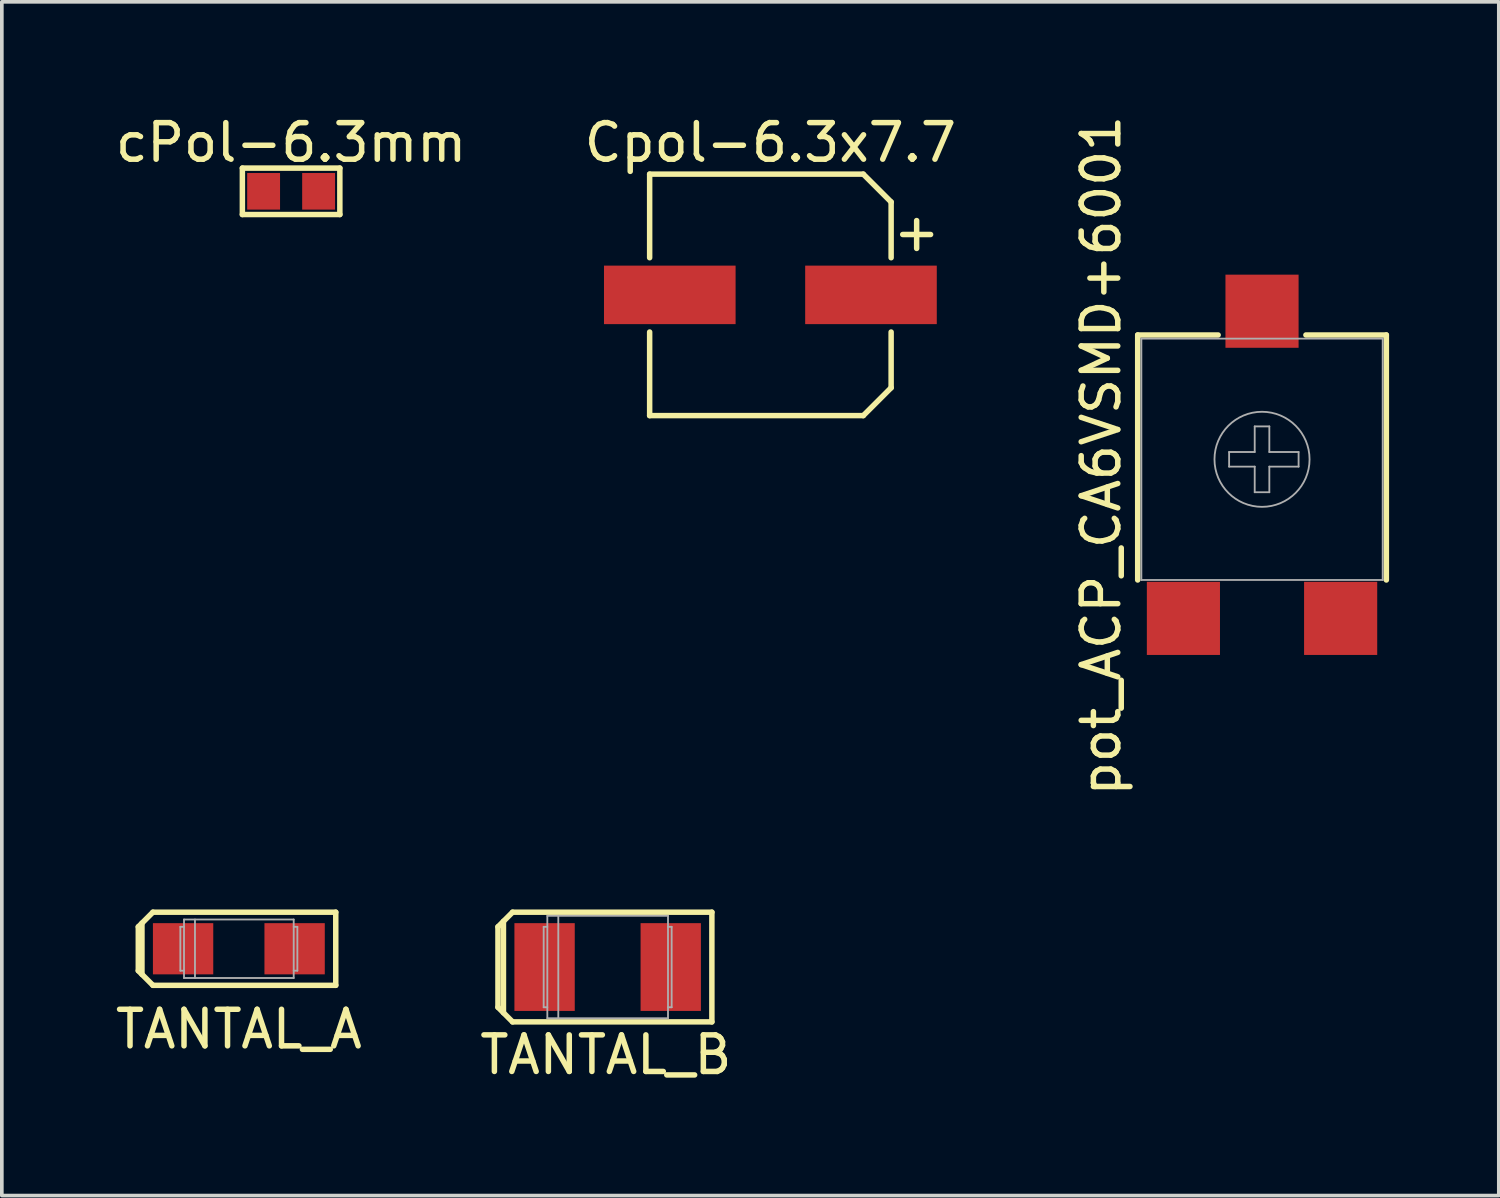
<source format=kicad_pcb>
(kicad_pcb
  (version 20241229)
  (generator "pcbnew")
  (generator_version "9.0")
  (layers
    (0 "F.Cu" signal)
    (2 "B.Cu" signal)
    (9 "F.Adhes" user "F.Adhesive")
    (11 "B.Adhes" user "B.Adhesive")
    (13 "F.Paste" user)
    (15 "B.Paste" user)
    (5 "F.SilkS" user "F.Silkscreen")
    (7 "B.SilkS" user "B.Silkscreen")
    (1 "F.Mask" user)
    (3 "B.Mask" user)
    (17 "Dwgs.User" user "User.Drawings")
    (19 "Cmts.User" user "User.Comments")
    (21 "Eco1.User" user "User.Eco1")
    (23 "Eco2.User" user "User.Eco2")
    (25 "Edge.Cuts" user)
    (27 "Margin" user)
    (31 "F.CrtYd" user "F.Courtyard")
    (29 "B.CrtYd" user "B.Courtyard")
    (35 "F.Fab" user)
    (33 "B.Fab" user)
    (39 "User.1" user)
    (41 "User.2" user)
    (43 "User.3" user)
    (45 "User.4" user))
  (footprint "TANTAL_A"
    (layer "F.Cu")
    (at 3.482 22.896)
    (property "Reference" "TANTAL_A" (at 0 2.2 0) (layer "F.SilkS") (effects (font (size 1 1) (thickness 0.15))))
    (attr through_hole)
    (fp_line (start -2.75 -0.6) (end -2.75 0.6) (stroke (width 0.15) (type solid)) (layer "F.SilkS"))
    (fp_line (start -2.75 0.6) (end -2.35 1) (stroke (width 0.15) (type solid)) (layer "F.SilkS"))
    (fp_line (start -2.65 0.7) (end -2.65 -0.7) (stroke (width 0.15) (type solid)) (layer "F.SilkS"))
    (fp_line (start -2.35 -1) (end -2.75 -0.6) (stroke (width 0.15) (type solid)) (layer "F.SilkS"))
    (fp_line (start -2.35 1) (end 2.65 1) (stroke (width 0.15) (type solid)) (layer "F.SilkS"))
    (fp_line (start 2.65 -1) (end -2.35 -1) (stroke (width 0.15) (type solid)) (layer "F.SilkS"))
    (fp_line (start 2.65 -1) (end 2.65 1) (stroke (width 0.15) (type solid)) (layer "F.SilkS"))
    (fp_line (start -1.6 -0.6) (end -1.6 0.6) (stroke (width 0.05) (type solid)) (layer "F.Fab"))
    (fp_line (start -1.6 0.6) (end -1.5 0.6) (stroke (width 0.05) (type solid)) (layer "F.Fab"))
    (fp_line (start -1.5 -0.8) (end 1.5 -0.8) (stroke (width 0.05) (type solid)) (layer "F.Fab"))
    (fp_line (start -1.5 -0.6) (end -1.6 -0.6) (stroke (width 0.05) (type solid)) (layer "F.Fab"))
    (fp_line (start -1.5 0.8) (end -1.5 -0.8) (stroke (width 0.05) (type solid)) (layer "F.Fab"))
    (fp_line (start -1.2 0.8) (end -1.2 -0.8) (stroke (width 0.05) (type solid)) (layer "F.Fab"))
    (fp_line (start 1.5 -0.8) (end 1.5 0.8) (stroke (width 0.05) (type solid)) (layer "F.Fab"))
    (fp_line (start 1.5 -0.6) (end 1.6 -0.6) (stroke (width 0.05) (type solid)) (layer "F.Fab"))
    (fp_line (start 1.5 0.8) (end -1.5 0.8) (stroke (width 0.05) (type solid)) (layer "F.Fab"))
    (fp_line (start 1.6 -0.6) (end 1.6 0.6) (stroke (width 0.05) (type solid)) (layer "F.Fab"))
    (fp_line (start 1.6 0.6) (end 1.5 0.6) (stroke (width 0.05) (type solid)) (layer "F.Fab"))
    (pad "1" smd rect (at -1.525 0) (size 1.65 1.4) (layers "F.Cu" "F.Mask" "F.Paste"))
    (pad "2" smd rect (at 1.525 0) (size 1.65 1.4) (layers "F.Cu" "F.Mask" "F.Paste")))
  (footprint "TANTAL_B"
    (layer "F.Cu")
    (at 13.568 23.396)
    (property "Reference" "TANTAL_B" (at -0.05 2.4 0) (layer "F.SilkS") (effects (font (size 1 1) (thickness 0.15))))
    (attr through_hole)
    (fp_line (start -3 -1.1) (end -2.6 -1.5) (stroke (width 0.15) (type solid)) (layer "F.SilkS"))
    (fp_line (start -3 1.1) (end -3 -1.1) (stroke (width 0.15) (type solid)) (layer "F.SilkS"))
    (fp_line (start -2.85 -1.25) (end -2.85 1.25) (stroke (width 0.15) (type solid)) (layer "F.SilkS"))
    (fp_line (start -2.6 -1.5) (end 2.85 -1.5) (stroke (width 0.15) (type solid)) (layer "F.SilkS"))
    (fp_line (start -2.6 1.5) (end -3 1.1) (stroke (width 0.15) (type solid)) (layer "F.SilkS"))
    (fp_line (start 2.85 -1.5) (end 2.85 1.5) (stroke (width 0.15) (type solid)) (layer "F.SilkS"))
    (fp_line (start 2.85 1.5) (end -2.6 1.5) (stroke (width 0.15) (type solid)) (layer "F.SilkS"))
    (fp_line (start -1.75 -1.1) (end -1.75 1.1) (stroke (width 0.05) (type solid)) (layer "F.Fab"))
    (fp_line (start -1.75 1.1) (end -1.65 1.1) (stroke (width 0.05) (type solid)) (layer "F.Fab"))
    (fp_line (start -1.65 -1.4) (end 1.65 -1.4) (stroke (width 0.05) (type solid)) (layer "F.Fab"))
    (fp_line (start -1.65 -1.1) (end -1.75 -1.1) (stroke (width 0.05) (type solid)) (layer "F.Fab"))
    (fp_line (start -1.65 1.4) (end -1.65 -1.4) (stroke (width 0.05) (type solid)) (layer "F.Fab"))
    (fp_line (start -1.35 -1.4) (end -1.35 1.4) (stroke (width 0.05) (type solid)) (layer "F.Fab"))
    (fp_line (start 1.65 -1.4) (end 1.65 1.4) (stroke (width 0.05) (type solid)) (layer "F.Fab"))
    (fp_line (start 1.65 1.1) (end 1.75 1.1) (stroke (width 0.05) (type solid)) (layer "F.Fab"))
    (fp_line (start 1.65 1.4) (end -1.65 1.4) (stroke (width 0.05) (type solid)) (layer "F.Fab"))
    (fp_line (start 1.75 -1.1) (end 1.65 -1.1) (stroke (width 0.05) (type solid)) (layer "F.Fab"))
    (fp_line (start 1.75 1.1) (end 1.75 -1.1) (stroke (width 0.05) (type solid)) (layer "F.Fab"))
    (pad "1" smd rect (at -1.725 0) (size 1.65 2.4) (layers "F.Cu" "F.Mask" "F.Paste"))
    (pad "2" smd rect (at 1.725 0) (size 1.65 2.4) (layers "F.Cu" "F.Mask" "F.Paste")))
  (footprint "Cpol-6.3x7.7"
    (layer "F.Cu")
    (at 18.018 5.014)
    (property "Reference" "Cpol-6.3x7.7" (at 0 -4.166 0) (layer "F.SilkS") (effects (font (size 1 1) (thickness 0.15))))
    (attr through_hole)
    (fp_line (start -3.302 -3.302) (end -3.302 -1.016) (stroke (width 0.15) (type solid)) (layer "F.SilkS"))
    (fp_line (start -3.302 3.302) (end -3.302 1.016) (stroke (width 0.15) (type solid)) (layer "F.SilkS"))
    (fp_line (start -3.302 3.302) (end 2.54 3.302) (stroke (width 0.15) (type solid)) (layer "F.SilkS"))
    (fp_line (start 2.54 -3.302) (end -3.302 -3.302) (stroke (width 0.15) (type solid)) (layer "F.SilkS"))
    (fp_line (start 2.54 3.302) (end 3.302 2.54) (stroke (width 0.15) (type solid)) (layer "F.SilkS"))
    (fp_line (start 3.302 -2.54) (end 2.54 -3.302) (stroke (width 0.15) (type solid)) (layer "F.SilkS"))
    (fp_line (start 3.302 -2.54) (end 3.302 -1.016) (stroke (width 0.15) (type solid)) (layer "F.SilkS"))
    (fp_line (start 3.302 2.54) (end 3.302 1.016) (stroke (width 0.15) (type solid)) (layer "F.SilkS"))
    (fp_line (start 4 -2.032) (end 4 -1.27) (stroke (width 0.15) (type solid)) (layer "F.SilkS"))
    (fp_line (start 4.381 -1.651) (end 3.619 -1.651) (stroke (width 0.15) (type solid)) (layer "F.SilkS"))
    (pad "1" smd rect (at 2.751 0) (size 3.599 1.6) (layers "F.Cu" "F.Mask" "F.Paste"))
    (pad "2" smd rect (at -2.751 0) (size 3.599 1.6) (layers "F.Cu" "F.Mask" "F.Paste")))
  (footprint "pot_ACP_CA6VSMD+6001"
    (layer "F.Cu")
    (at 31.463 9.511)
    (property "Reference" "pot_ACP_CA6VSMD+6001" (at -4.4 -0.1 90) (layer "F.SilkS") (effects (font (size 1 1) (thickness 0.15))))
    (attr through_hole)
    (fp_line (start -3.4 -3.4) (end -3.4 3.3) (stroke (width 0.15) (type solid)) (layer "F.SilkS"))
    (fp_line (start -1.2 -3.4) (end -3.4 -3.4) (stroke (width 0.15) (type solid)) (layer "F.SilkS"))
    (fp_line (start 3.4 -3.4) (end 1.2 -3.4) (stroke (width 0.15) (type solid)) (layer "F.SilkS"))
    (fp_line (start 3.4 3.3) (end 3.4 -3.4) (stroke (width 0.15) (type solid)) (layer "F.SilkS"))
    (fp_line (start -3.3 -3.3) (end -3.3 3.3) (stroke (width 0.05) (type solid)) (layer "F.Fab"))
    (fp_line (start -3.3 3.3) (end 3.3 3.3) (stroke (width 0.05) (type solid)) (layer "F.Fab"))
    (fp_line (start -0.9 -0.2) (end -0.2 -0.2) (stroke (width 0.05) (type solid)) (layer "F.Fab"))
    (fp_line (start -0.9 0.2) (end -0.9 -0.2) (stroke (width 0.05) (type solid)) (layer "F.Fab"))
    (fp_line (start -0.2 -0.9) (end 0.2 -0.9) (stroke (width 0.05) (type solid)) (layer "F.Fab"))
    (fp_line (start -0.2 -0.2) (end -0.2 -0.9) (stroke (width 0.05) (type solid)) (layer "F.Fab"))
    (fp_line (start -0.2 0.2) (end -0.9 0.2) (stroke (width 0.05) (type solid)) (layer "F.Fab"))
    (fp_line (start -0.2 0.9) (end -0.2 0.2) (stroke (width 0.05) (type solid)) (layer "F.Fab"))
    (fp_line (start 0.2 -0.9) (end 0.2 -0.2) (stroke (width 0.05) (type solid)) (layer "F.Fab"))
    (fp_line (start 0.2 -0.2) (end 1 -0.2) (stroke (width 0.05) (type solid)) (layer "F.Fab"))
    (fp_line (start 0.2 0.2) (end 0.2 0.9) (stroke (width 0.05) (type solid)) (layer "F.Fab"))
    (fp_line (start 0.2 0.9) (end -0.2 0.9) (stroke (width 0.05) (type solid)) (layer "F.Fab"))
    (fp_line (start 1 -0.2) (end 1 0.2) (stroke (width 0.05) (type solid)) (layer "F.Fab"))
    (fp_line (start 1 0.2) (end 0.2 0.2) (stroke (width 0.05) (type solid)) (layer "F.Fab"))
    (fp_line (start 3.3 -3.3) (end -3.3 -3.3) (stroke (width 0.05) (type solid)) (layer "F.Fab"))
    (fp_line (start 3.3 3.3) (end 3.3 -3.3) (stroke (width 0.05) (type solid)) (layer "F.Fab"))
    (fp_circle (center 0 0) (end 1.3 0) (stroke (width 0.05) (type solid)) (fill no) (layer "F.Fab"))
    (pad "1" smd rect (at -2.15 4.35) (size 2 2) (layers "F.Cu" "F.Mask" "F.Paste"))
    (pad "2" smd rect (at 0 -4.05) (size 2 2) (layers "F.Cu" "F.Mask" "F.Paste"))
    (pad "3" smd rect (at 2.15 4.35) (size 2 2) (layers "F.Cu" "F.Mask" "F.Paste")))
  (footprint "cPol-6.3mm"
    (layer "F.Cu")
    (at 4.911 2.182)
    (property "Reference" "cPol-6.3mm" (at 0 -1.333 0) (layer "F.SilkS") (effects (font (size 1 1) (thickness 0.15))))
    (attr through_hole)
    (fp_line (start -1.333 -0.635) (end 1.333 -0.635) (stroke (width 0.15) (type solid)) (layer "F.SilkS"))
    (fp_line (start -1.333 0.635) (end -1.333 -0.635) (stroke (width 0.15) (type solid)) (layer "F.SilkS"))
    (fp_line (start 1.333 -0.635) (end 1.333 0.635) (stroke (width 0.15) (type solid)) (layer "F.SilkS"))
    (fp_line (start 1.333 0.635) (end -1.333 0.635) (stroke (width 0.15) (type solid)) (layer "F.SilkS"))
    (pad "1" smd rect (at 0.752 0) (size 0.899 1.001) (layers "F.Cu" "F.Mask" "F.Paste"))
    (pad "2" smd rect (at -0.752 0) (size 0.899 1.001) (layers "F.Cu" "F.Mask" "F.Paste")))
  (gr_rect
    (start -3 -3)
    (end 37.938 29.645)
    (stroke (width 0.1) (type default))
    (fill no)
    (layer "Edge.Cuts")))
</source>
